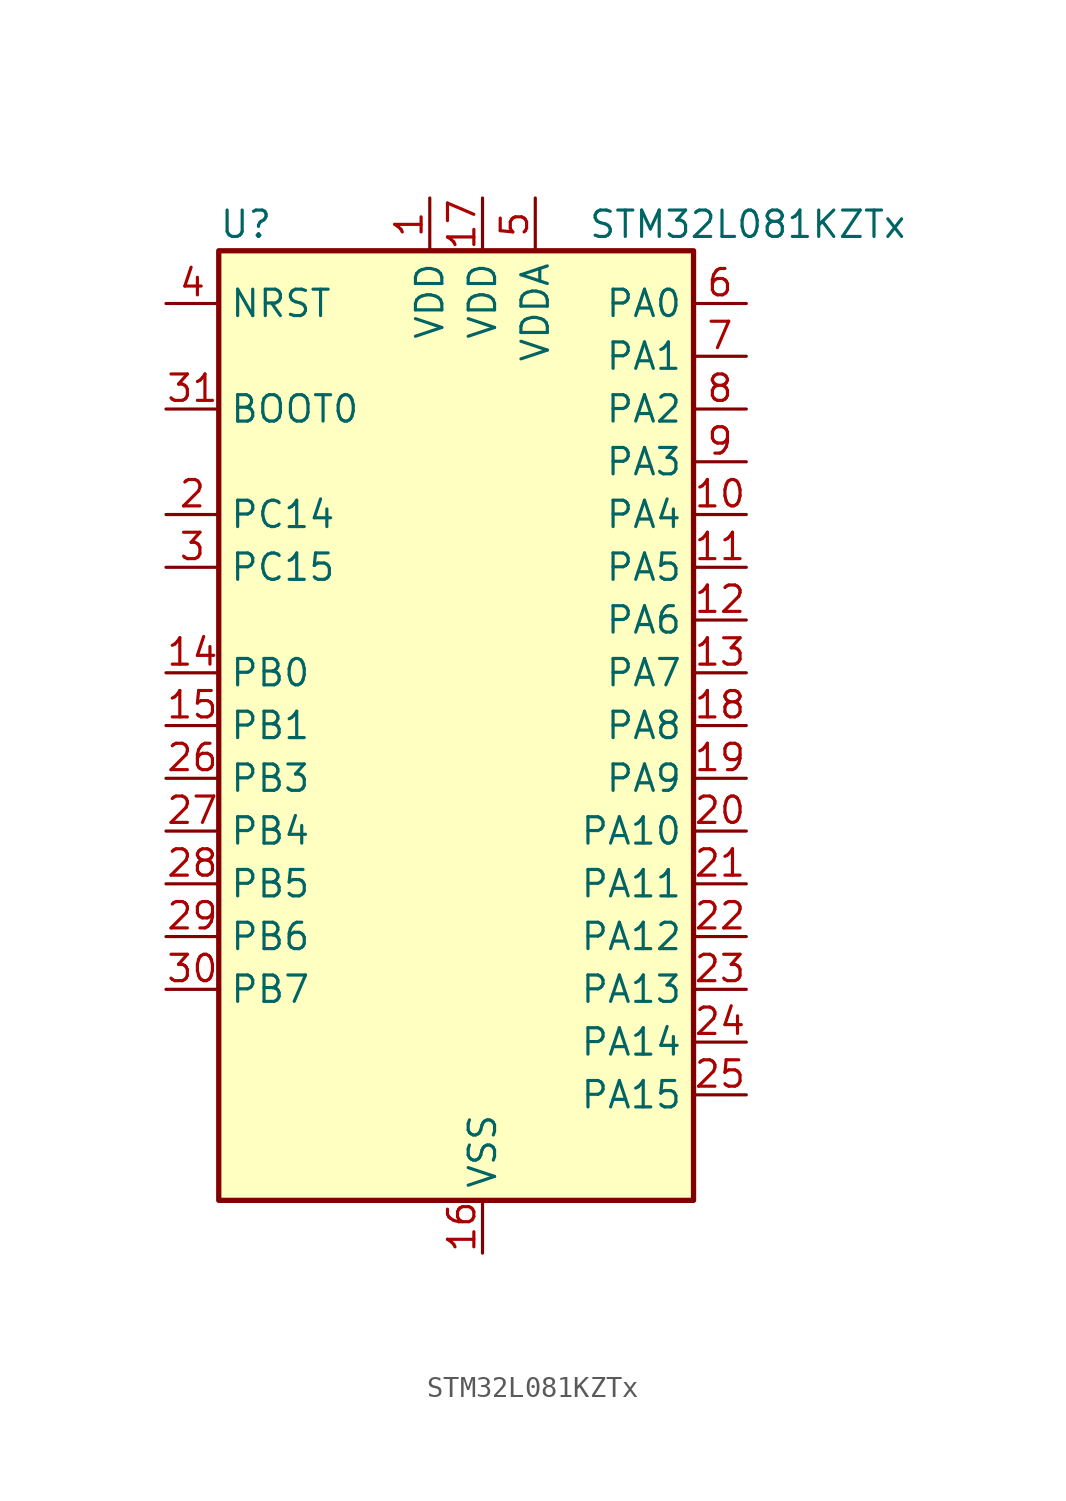
<source format=kicad_sym>
(kicad_symbol_lib
  (version 20220914)
  (generator kicad_symbol_editor)
  (symbol "STM32L081KZTx"
    (property "Reference" "U"
      (at -10.16 24.13 0)
      (effects (font (size 1.27 1.27)) (justify left)))
    (property "Value" "STM32L081KZTx"
      (at 7.62 24.13 0)
      (effects (font (size 1.27 1.27)) (justify left)))
    (property "ki_locked" ""
      (at 0 0 0)
      (effects (font (size 1.27 1.27))))
    (symbol "STM32L081KZTx_0_1"
      (rectangle (start -10.16 -22.86) (end 12.7 22.86) (stroke (width 0.254) (type default)) (fill (type background))))
    (symbol "STM32L081KZTx_1_1"
      (pin power_in line (at 0 25.4 270) (length 2.54) (name "VDD" (effects (font (size 1.27 1.27)))) (number "1" (effects (font (size 1.27 1.27)))))
      (pin bidirectional line (at 15.24 10.16 180) (length 2.54) (name "PA4" (effects (font (size 1.27 1.27)))) (number "10" (effects (font (size 1.27 1.27)))) (alternate "ADC_IN4" bidirectional line) (alternate "COMP1_INM" bidirectional line) (alternate "COMP2_INM" bidirectional line) (alternate "SPI1_NSS" bidirectional line) (alternate "TIM22_ETR" bidirectional line) (alternate "USART2_CK" bidirectional line))
      (pin bidirectional line (at 15.24 7.62 180) (length 2.54) (name "PA5" (effects (font (size 1.27 1.27)))) (number "11" (effects (font (size 1.27 1.27)))) (alternate "ADC_IN5" bidirectional line) (alternate "COMP1_INM" bidirectional line) (alternate "COMP2_INM" bidirectional line) (alternate "SPI1_SCK" bidirectional line) (alternate "TIM2_CH1" bidirectional line) (alternate "TIM2_ETR" bidirectional line))
      (pin bidirectional line (at 15.24 5.08 180) (length 2.54) (name "PA6" (effects (font (size 1.27 1.27)))) (number "12" (effects (font (size 1.27 1.27)))) (alternate "ADC_IN6" bidirectional line) (alternate "COMP1_OUT" bidirectional line) (alternate "LPUART1_CTS" bidirectional line) (alternate "SPI1_MISO" bidirectional line) (alternate "TIM22_CH1" bidirectional line) (alternate "TIM3_CH1" bidirectional line))
      (pin bidirectional line (at 15.24 2.54 180) (length 2.54) (name "PA7" (effects (font (size 1.27 1.27)))) (number "13" (effects (font (size 1.27 1.27)))) (alternate "ADC_IN7" bidirectional line) (alternate "COMP2_OUT" bidirectional line) (alternate "SPI1_MOSI" bidirectional line) (alternate "TIM22_CH2" bidirectional line) (alternate "TIM3_CH2" bidirectional line))
      (pin bidirectional line (at -12.7 2.54 0) (length 2.54) (name "PB0" (effects (font (size 1.27 1.27)))) (number "14" (effects (font (size 1.27 1.27)))) (alternate "ADC_IN8" bidirectional line) (alternate "SYS_VREF_OUT_PB0" bidirectional line) (alternate "TIM3_CH3" bidirectional line))
      (pin bidirectional line (at -12.7 0 0) (length 2.54) (name "PB1" (effects (font (size 1.27 1.27)))) (number "15" (effects (font (size 1.27 1.27)))) (alternate "ADC_IN9" bidirectional line) (alternate "LPUART1_DE" bidirectional line) (alternate "LPUART1_RTS" bidirectional line) (alternate "SYS_VREF_OUT_PB1" bidirectional line) (alternate "TIM3_CH4" bidirectional line))
      (pin power_in line (at 2.54 -25.4 90) (length 2.54) (name "VSS" (effects (font (size 1.27 1.27)))) (number "16" (effects (font (size 1.27 1.27)))))
      (pin power_in line (at 2.54 25.4 270) (length 2.54) (name "VDD" (effects (font (size 1.27 1.27)))) (number "17" (effects (font (size 1.27 1.27)))))
      (pin bidirectional line (at 15.24 0 180) (length 2.54) (name "PA8" (effects (font (size 1.27 1.27)))) (number "18" (effects (font (size 1.27 1.27)))) (alternate "I2C3_SCL" bidirectional line) (alternate "RCC_MCO" bidirectional line) (alternate "USART1_CK" bidirectional line))
      (pin bidirectional line (at 15.24 -2.54 180) (length 2.54) (name "PA9" (effects (font (size 1.27 1.27)))) (number "19" (effects (font (size 1.27 1.27)))) (alternate "I2C1_SCL" bidirectional line) (alternate "I2C3_SMBA" bidirectional line) (alternate "RCC_MCO" bidirectional line) (alternate "USART1_TX" bidirectional line))
      (pin bidirectional line (at -12.7 10.16 0) (length 2.54) (name "PC14" (effects (font (size 1.27 1.27)))) (number "2" (effects (font (size 1.27 1.27)))) (alternate "RCC_OSC32_IN" bidirectional line))
      (pin bidirectional line (at 15.24 -5.08 180) (length 2.54) (name "PA10" (effects (font (size 1.27 1.27)))) (number "20" (effects (font (size 1.27 1.27)))) (alternate "I2C1_SDA" bidirectional line) (alternate "USART1_RX" bidirectional line))
      (pin bidirectional line (at 15.24 -7.62 180) (length 2.54) (name "PA11" (effects (font (size 1.27 1.27)))) (number "21" (effects (font (size 1.27 1.27)))) (alternate "ADC_EXTI11" bidirectional line) (alternate "COMP1_OUT" bidirectional line) (alternate "SPI1_MISO" bidirectional line) (alternate "USART1_CTS" bidirectional line))
      (pin bidirectional line (at 15.24 -10.16 180) (length 2.54) (name "PA12" (effects (font (size 1.27 1.27)))) (number "22" (effects (font (size 1.27 1.27)))) (alternate "COMP2_OUT" bidirectional line) (alternate "SPI1_MOSI" bidirectional line) (alternate "USART1_DE" bidirectional line) (alternate "USART1_RTS" bidirectional line))
      (pin bidirectional line (at 15.24 -12.7 180) (length 2.54) (name "PA13" (effects (font (size 1.27 1.27)))) (number "23" (effects (font (size 1.27 1.27)))) (alternate "LPUART1_RX" bidirectional line) (alternate "SYS_SWDIO" bidirectional line))
      (pin bidirectional line (at 15.24 -15.24 180) (length 2.54) (name "PA14" (effects (font (size 1.27 1.27)))) (number "24" (effects (font (size 1.27 1.27)))) (alternate "LPUART1_TX" bidirectional line) (alternate "SYS_SWCLK" bidirectional line) (alternate "USART2_TX" bidirectional line))
      (pin bidirectional line (at 15.24 -17.78 180) (length 2.54) (name "PA15" (effects (font (size 1.27 1.27)))) (number "25" (effects (font (size 1.27 1.27)))) (alternate "SPI1_NSS" bidirectional line) (alternate "TIM2_CH1" bidirectional line) (alternate "TIM2_ETR" bidirectional line) (alternate "USART2_RX" bidirectional line) (alternate "USART4_DE" bidirectional line) (alternate "USART4_RTS" bidirectional line))
      (pin bidirectional line (at -12.7 -2.54 0) (length 2.54) (name "PB3" (effects (font (size 1.27 1.27)))) (number "26" (effects (font (size 1.27 1.27)))) (alternate "COMP2_INM" bidirectional line) (alternate "SPI1_SCK" bidirectional line) (alternate "TIM2_CH2" bidirectional line) (alternate "USART1_DE" bidirectional line) (alternate "USART1_RTS" bidirectional line) (alternate "USART5_TX" bidirectional line))
      (pin bidirectional line (at -12.7 -5.08 0) (length 2.54) (name "PB4" (effects (font (size 1.27 1.27)))) (number "27" (effects (font (size 1.27 1.27)))) (alternate "COMP2_INP" bidirectional line) (alternate "I2C3_SDA" bidirectional line) (alternate "SPI1_MISO" bidirectional line) (alternate "TIM22_CH1" bidirectional line) (alternate "TIM3_CH1" bidirectional line) (alternate "USART1_CTS" bidirectional line) (alternate "USART5_RX" bidirectional line))
      (pin bidirectional line (at -12.7 -7.62 0) (length 2.54) (name "PB5" (effects (font (size 1.27 1.27)))) (number "28" (effects (font (size 1.27 1.27)))) (alternate "COMP2_INP" bidirectional line) (alternate "I2C1_SMBA" bidirectional line) (alternate "LPTIM1_IN1" bidirectional line) (alternate "SPI1_MOSI" bidirectional line) (alternate "TIM22_CH2" bidirectional line) (alternate "TIM3_CH2" bidirectional line) (alternate "USART1_CK" bidirectional line) (alternate "USART5_CK" bidirectional line) (alternate "USART5_DE" bidirectional line) (alternate "USART5_RTS" bidirectional line))
      (pin bidirectional line (at -12.7 -10.16 0) (length 2.54) (name "PB6" (effects (font (size 1.27 1.27)))) (number "29" (effects (font (size 1.27 1.27)))) (alternate "COMP2_INP" bidirectional line) (alternate "I2C1_SCL" bidirectional line) (alternate "LPTIM1_ETR" bidirectional line) (alternate "USART1_TX" bidirectional line))
      (pin bidirectional line (at -12.7 7.62 0) (length 2.54) (name "PC15" (effects (font (size 1.27 1.27)))) (number "3" (effects (font (size 1.27 1.27)))) (alternate "RCC_OSC32_OUT" bidirectional line))
      (pin bidirectional line (at -12.7 -12.7 0) (length 2.54) (name "PB7" (effects (font (size 1.27 1.27)))) (number "30" (effects (font (size 1.27 1.27)))) (alternate "COMP2_INP" bidirectional line) (alternate "I2C1_SDA" bidirectional line) (alternate "LPTIM1_IN2" bidirectional line) (alternate "SYS_PVD_IN" bidirectional line) (alternate "USART1_RX" bidirectional line) (alternate "USART4_CTS" bidirectional line))
      (pin input line (at -12.7 15.24 0) (length 2.54) (name "BOOT0" (effects (font (size 1.27 1.27)))) (number "31" (effects (font (size 1.27 1.27)))))
      (pin passive line (at 2.54 -25.4 90) (length 2.54) hide (name "VSS" (effects (font (size 1.27 1.27)))) (number "32" (effects (font (size 1.27 1.27)))))
      (pin input line (at -12.7 20.32 0) (length 2.54) (name "NRST" (effects (font (size 1.27 1.27)))) (number "4" (effects (font (size 1.27 1.27)))))
      (pin power_in line (at 5.08 25.4 270) (length 2.54) (name "VDDA" (effects (font (size 1.27 1.27)))) (number "5" (effects (font (size 1.27 1.27)))))
      (pin bidirectional line (at 15.24 20.32 180) (length 2.54) (name "PA0" (effects (font (size 1.27 1.27)))) (number "6" (effects (font (size 1.27 1.27)))) (alternate "ADC_IN0" bidirectional line) (alternate "COMP1_INM" bidirectional line) (alternate "COMP1_OUT" bidirectional line) (alternate "RTC_TAMP2" bidirectional line) (alternate "SYS_WKUP1" bidirectional line) (alternate "TIM2_CH1" bidirectional line) (alternate "TIM2_ETR" bidirectional line) (alternate "USART2_CTS" bidirectional line) (alternate "USART4_TX" bidirectional line))
      (pin bidirectional line (at 15.24 17.78 180) (length 2.54) (name "PA1" (effects (font (size 1.27 1.27)))) (number "7" (effects (font (size 1.27 1.27)))) (alternate "ADC_IN1" bidirectional line) (alternate "COMP1_INP" bidirectional line) (alternate "TIM21_ETR" bidirectional line) (alternate "TIM2_CH2" bidirectional line) (alternate "USART2_DE" bidirectional line) (alternate "USART2_RTS" bidirectional line) (alternate "USART4_RX" bidirectional line))
      (pin bidirectional line (at 15.24 15.24 180) (length 2.54) (name "PA2" (effects (font (size 1.27 1.27)))) (number "8" (effects (font (size 1.27 1.27)))) (alternate "ADC_IN2" bidirectional line) (alternate "COMP2_INM" bidirectional line) (alternate "COMP2_OUT" bidirectional line) (alternate "LPUART1_TX" bidirectional line) (alternate "TIM21_CH1" bidirectional line) (alternate "TIM2_CH3" bidirectional line) (alternate "USART2_TX" bidirectional line))
      (pin bidirectional line (at 15.24 12.7 180) (length 2.54) (name "PA3" (effects (font (size 1.27 1.27)))) (number "9" (effects (font (size 1.27 1.27)))) (alternate "ADC_IN3" bidirectional line) (alternate "COMP2_INP" bidirectional line) (alternate "LPUART1_RX" bidirectional line) (alternate "TIM21_CH2" bidirectional line) (alternate "TIM2_CH4" bidirectional line) (alternate "USART2_RX" bidirectional line)))))
</source>
